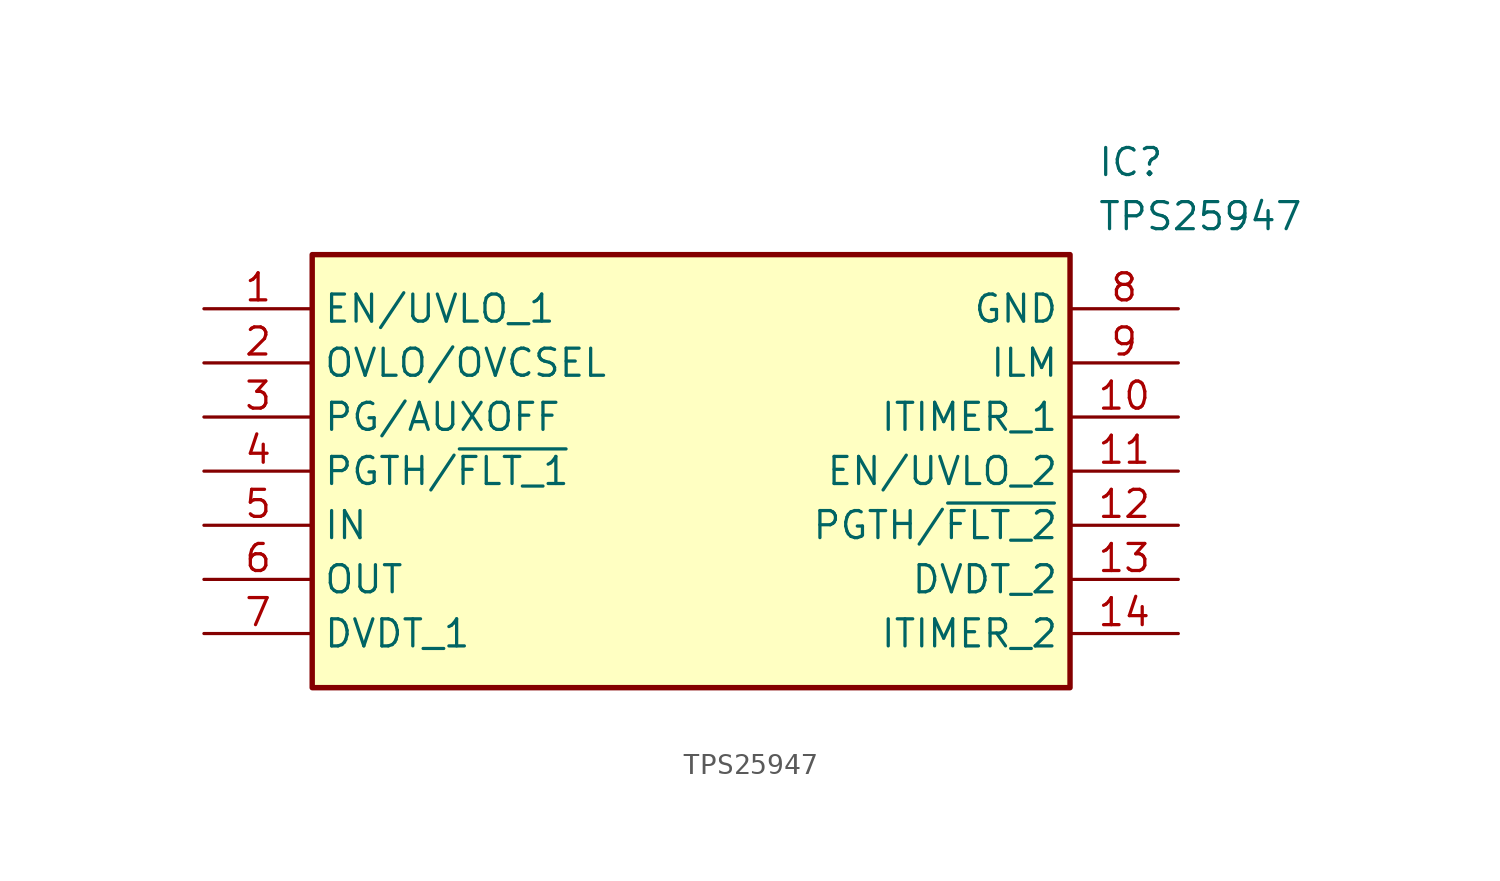
<source format=kicad_sym>
(kicad_symbol_lib
  (version 20220914)
  (generator kicad_symbol_editor)
  (symbol "TPS25947"
    (property "Reference" "IC"
      (at 41.91 7.62 0)
      (effects (font (size 1.27 1.27)) (justify left top)))
    (property "Value" "TPS25947"
      (at 41.91 5.08 0)
      (effects (font (size 1.27 1.27)) (justify left top)))
    (symbol "TPS25947_1_1"
      (rectangle (start 5.08 2.54) (end 40.64 -17.78) (stroke (width 0.254) (type default)) (fill (type background)))
      (pin passive line (at 0 0 0) (length 5.08) (name "EN/UVLO_1" (effects (font (size 1.27 1.27)))) (number "1" (effects (font (size 1.27 1.27)))))
      (pin passive line (at 45.72 -5.08 180) (length 5.08) (name "ITIMER_1" (effects (font (size 1.27 1.27)))) (number "10" (effects (font (size 1.27 1.27)))))
      (pin passive line (at 45.72 -7.62 180) (length 5.08) (name "EN/UVLO_2" (effects (font (size 1.27 1.27)))) (number "11" (effects (font (size 1.27 1.27)))))
      (pin passive line (at 45.72 -10.16 180) (length 5.08) (name "PGTH/~{FLT_2}" (effects (font (size 1.27 1.27)))) (number "12" (effects (font (size 1.27 1.27)))))
      (pin passive line (at 45.72 -12.7 180) (length 5.08) (name "DVDT_2" (effects (font (size 1.27 1.27)))) (number "13" (effects (font (size 1.27 1.27)))))
      (pin passive line (at 45.72 -15.24 180) (length 5.08) (name "ITIMER_2" (effects (font (size 1.27 1.27)))) (number "14" (effects (font (size 1.27 1.27)))))
      (pin passive line (at 0 -2.54 0) (length 5.08) (name "OVLO/OVCSEL" (effects (font (size 1.27 1.27)))) (number "2" (effects (font (size 1.27 1.27)))))
      (pin passive line (at 0 -5.08 0) (length 5.08) (name "PG/AUXOFF" (effects (font (size 1.27 1.27)))) (number "3" (effects (font (size 1.27 1.27)))))
      (pin passive line (at 0 -7.62 0) (length 5.08) (name "PGTH/~{FLT_1}" (effects (font (size 1.27 1.27)))) (number "4" (effects (font (size 1.27 1.27)))))
      (pin passive line (at 0 -10.16 0) (length 5.08) (name "IN" (effects (font (size 1.27 1.27)))) (number "5" (effects (font (size 1.27 1.27)))))
      (pin passive line (at 0 -12.7 0) (length 5.08) (name "OUT" (effects (font (size 1.27 1.27)))) (number "6" (effects (font (size 1.27 1.27)))))
      (pin passive line (at 0 -15.24 0) (length 5.08) (name "DVDT_1" (effects (font (size 1.27 1.27)))) (number "7" (effects (font (size 1.27 1.27)))))
      (pin passive line (at 45.72 0 180) (length 5.08) (name "GND" (effects (font (size 1.27 1.27)))) (number "8" (effects (font (size 1.27 1.27)))))
      (pin passive line (at 45.72 -2.54 180) (length 5.08) (name "ILM" (effects (font (size 1.27 1.27)))) (number "9" (effects (font (size 1.27 1.27))))))))
</source>
